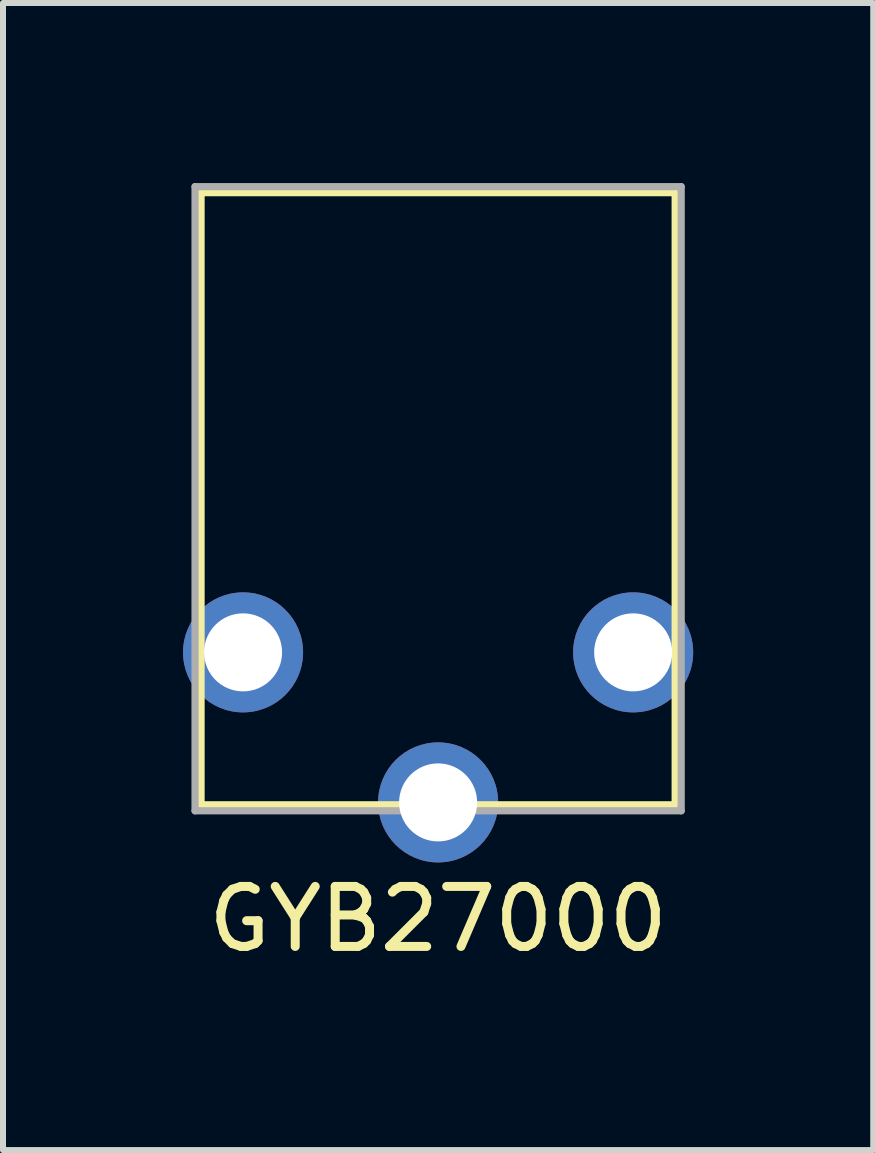
<source format=kicad_pcb>
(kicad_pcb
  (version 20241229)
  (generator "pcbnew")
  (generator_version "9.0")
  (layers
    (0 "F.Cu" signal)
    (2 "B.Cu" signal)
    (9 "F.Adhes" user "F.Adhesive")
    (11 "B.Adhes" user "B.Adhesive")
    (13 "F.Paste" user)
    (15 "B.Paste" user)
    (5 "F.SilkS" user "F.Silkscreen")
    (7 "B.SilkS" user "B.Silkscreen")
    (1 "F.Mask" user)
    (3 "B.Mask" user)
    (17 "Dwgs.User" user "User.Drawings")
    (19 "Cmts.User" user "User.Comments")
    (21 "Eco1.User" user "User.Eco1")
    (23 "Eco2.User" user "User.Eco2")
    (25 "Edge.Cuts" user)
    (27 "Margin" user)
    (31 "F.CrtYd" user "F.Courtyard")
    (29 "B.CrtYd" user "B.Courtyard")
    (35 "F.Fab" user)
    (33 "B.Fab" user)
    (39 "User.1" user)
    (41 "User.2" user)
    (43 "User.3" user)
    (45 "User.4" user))
  (footprint "GYB27000"
    (layer "F.Cu")
    (at 4.25 7.82)
    (property "Reference" "GYB27000" (at 0 4.445 0) (layer "F.SilkS") (effects (font (size 1 1) (thickness 0.15))))
    (attr through_hole)
    (fp_line (start -3.95 2.54) (end -3.95 -7.62) (stroke (width 0.12) (type solid)) (layer "F.SilkS"))
    (fp_line (start 3.95 -7.66) (end -3.95 -7.66) (stroke (width 0.12) (type solid)) (layer "F.SilkS"))
    (fp_line (start 3.95 -7.62) (end 3.95 2.54) (stroke (width 0.12) (type solid)) (layer "F.SilkS"))
    (fp_line (start 3.95 2.54) (end -3.95 2.54) (stroke (width 0.12) (type solid)) (layer "F.SilkS"))
    (fp_line (start -4.05 -7.76) (end -4.05 2.64) (stroke (width 0.12) (type solid)) (layer "F.Fab"))
    (fp_line (start 4.05 -7.76) (end -4.05 -7.76) (stroke (width 0.12) (type solid)) (layer "F.Fab"))
    (fp_line (start 4.05 -7.76) (end 4.05 2.64) (stroke (width 0.12) (type solid)) (layer "F.Fab"))
    (fp_line (start 4.05 2.64) (end -4.05 2.64) (stroke (width 0.12) (type solid)) (layer "F.Fab"))
    (pad "1" thru_hole circle (at -3.25 0) (size 2 2) (drill 1.3) (layers "*.Cu" "*.Mask"))
    (pad "1" thru_hole circle (at 3.25 0) (size 2 2) (drill 1.3) (layers "*.Cu" "*.Mask"))
    (pad "2" thru_hole circle (at 0 2.5) (size 2 2) (drill 1.3) (layers "*.Cu" "*.Mask")))
  (gr_rect
    (start -3 -3)
    (end 11.5 16.113)
    (stroke (width 0.1) (type default))
    (fill no)
    (layer "Edge.Cuts")))
</source>
